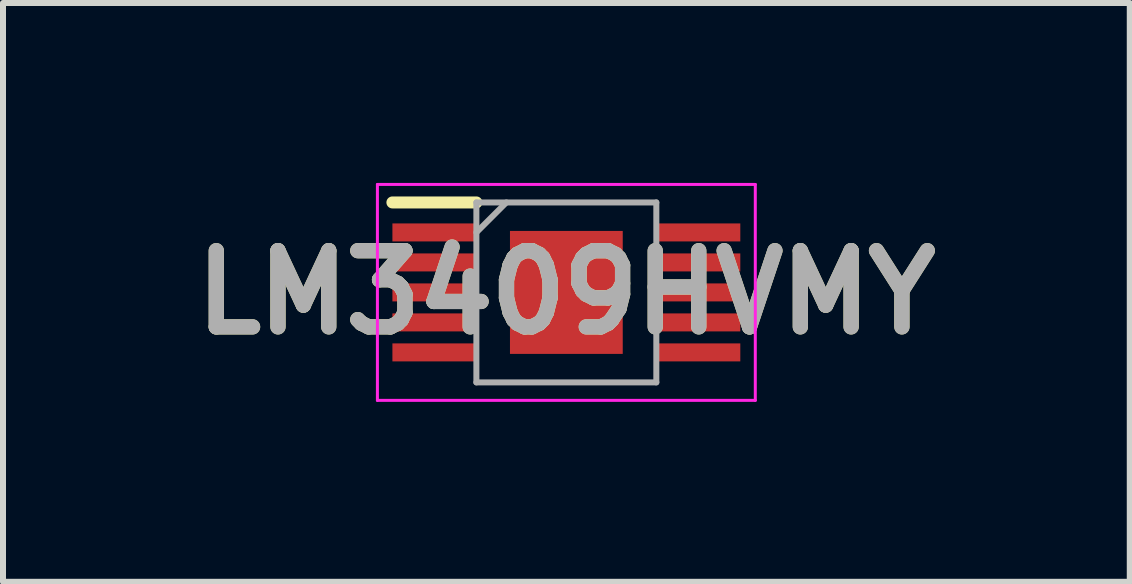
<source format=kicad_pcb>
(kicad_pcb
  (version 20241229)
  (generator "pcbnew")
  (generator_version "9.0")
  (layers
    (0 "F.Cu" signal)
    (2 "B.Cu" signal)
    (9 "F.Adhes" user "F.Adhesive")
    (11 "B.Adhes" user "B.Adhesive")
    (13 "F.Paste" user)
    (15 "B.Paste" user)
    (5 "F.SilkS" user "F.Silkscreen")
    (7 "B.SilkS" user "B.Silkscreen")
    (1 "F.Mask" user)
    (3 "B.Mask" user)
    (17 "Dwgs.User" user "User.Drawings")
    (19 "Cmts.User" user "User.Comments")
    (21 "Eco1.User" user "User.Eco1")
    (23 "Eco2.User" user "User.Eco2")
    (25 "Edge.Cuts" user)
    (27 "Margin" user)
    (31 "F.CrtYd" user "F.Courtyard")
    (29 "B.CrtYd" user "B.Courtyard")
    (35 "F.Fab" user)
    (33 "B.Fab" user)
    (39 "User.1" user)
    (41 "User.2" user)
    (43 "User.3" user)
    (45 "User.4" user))
  (footprint "LM3409HVMY"
    (layer "F.Cu")
    (at 6.392 1.825)
    (property "Reference" "LM3409HVMY" (at 0 0 0) (layer "F.SilkS") (effects (font (size 1.27 1.27) (thickness 0.254))))
    (attr smd)
    (fp_line (start -2.9 -1.5) (end -1.5 -1.5) (stroke (width 0.2) (type solid)) (layer "F.SilkS"))
    (fp_line (start -3.15 -1.8) (end 3.15 -1.8) (stroke (width 0.05) (type solid)) (layer "F.CrtYd"))
    (fp_line (start -3.15 1.8) (end -3.15 -1.8) (stroke (width 0.05) (type solid)) (layer "F.CrtYd"))
    (fp_line (start 3.15 -1.8) (end 3.15 1.8) (stroke (width 0.05) (type solid)) (layer "F.CrtYd"))
    (fp_line (start 3.15 1.8) (end -3.15 1.8) (stroke (width 0.05) (type solid)) (layer "F.CrtYd"))
    (fp_line (start -1.5 -1.5) (end 1.5 -1.5) (stroke (width 0.1) (type solid)) (layer "F.Fab"))
    (fp_line (start -1.5 -1) (end -1 -1.5) (stroke (width 0.1) (type solid)) (layer "F.Fab"))
    (fp_line (start -1.5 1.5) (end -1.5 -1.5) (stroke (width 0.1) (type solid)) (layer "F.Fab"))
    (fp_line (start 1.5 -1.5) (end 1.5 1.5) (stroke (width 0.1) (type solid)) (layer "F.Fab"))
    (fp_line (start 1.5 1.5) (end -1.5 1.5) (stroke (width 0.1) (type solid)) (layer "F.Fab"))
    (fp_text user "${REFERENCE}" (at 0 0 0) (layer "F.Fab") (effects (font (size 1.27 1.27) (thickness 0.254))))
    (pad "1" smd rect (at -2.2 -1 90) (size 0.3 1.4) (layers "F.Cu" "F.Mask" "F.Paste"))
    (pad "2" smd rect (at -2.2 -0.5 90) (size 0.3 1.4) (layers "F.Cu" "F.Mask" "F.Paste"))
    (pad "3" smd rect (at -2.2 0 90) (size 0.3 1.4) (layers "F.Cu" "F.Mask" "F.Paste"))
    (pad "4" smd rect (at -2.2 0.5 90) (size 0.3 1.4) (layers "F.Cu" "F.Mask" "F.Paste"))
    (pad "5" smd rect (at -2.2 1 90) (size 0.3 1.4) (layers "F.Cu" "F.Mask" "F.Paste"))
    (pad "6" smd rect (at 2.2 1 90) (size 0.3 1.4) (layers "F.Cu" "F.Mask" "F.Paste"))
    (pad "7" smd rect (at 2.2 0.5 90) (size 0.3 1.4) (layers "F.Cu" "F.Mask" "F.Paste"))
    (pad "8" smd rect (at 2.2 0 90) (size 0.3 1.4) (layers "F.Cu" "F.Mask" "F.Paste"))
    (pad "9" smd rect (at 2.2 -0.5 90) (size 0.3 1.4) (layers "F.Cu" "F.Mask" "F.Paste"))
    (pad "10" smd rect (at 2.2 -1 90) (size 0.3 1.4) (layers "F.Cu" "F.Mask" "F.Paste"))
    (pad "11" smd rect (at 0 0) (size 1.88 2.05) (layers "F.Cu" "F.Mask" "F.Paste")))
  (gr_rect
    (start -3 -3)
    (end 15.785 6.65)
    (stroke (width 0.1) (type default))
    (fill no)
    (layer "Edge.Cuts")))
</source>
